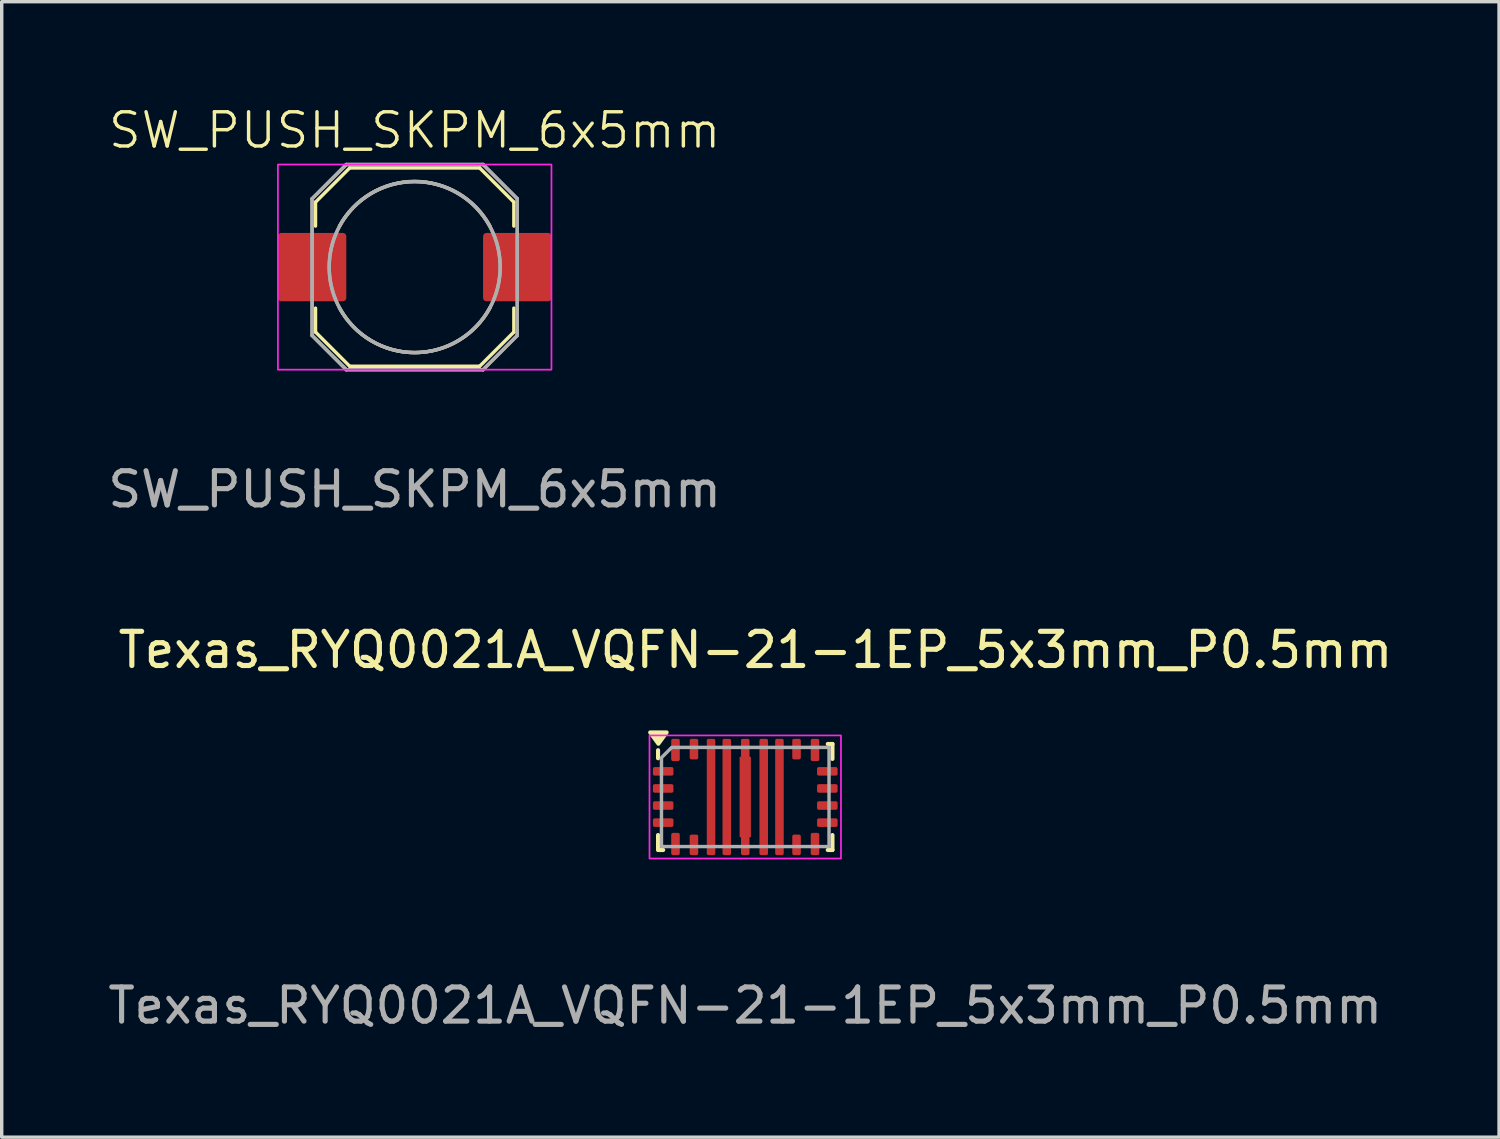
<source format=kicad_pcb>
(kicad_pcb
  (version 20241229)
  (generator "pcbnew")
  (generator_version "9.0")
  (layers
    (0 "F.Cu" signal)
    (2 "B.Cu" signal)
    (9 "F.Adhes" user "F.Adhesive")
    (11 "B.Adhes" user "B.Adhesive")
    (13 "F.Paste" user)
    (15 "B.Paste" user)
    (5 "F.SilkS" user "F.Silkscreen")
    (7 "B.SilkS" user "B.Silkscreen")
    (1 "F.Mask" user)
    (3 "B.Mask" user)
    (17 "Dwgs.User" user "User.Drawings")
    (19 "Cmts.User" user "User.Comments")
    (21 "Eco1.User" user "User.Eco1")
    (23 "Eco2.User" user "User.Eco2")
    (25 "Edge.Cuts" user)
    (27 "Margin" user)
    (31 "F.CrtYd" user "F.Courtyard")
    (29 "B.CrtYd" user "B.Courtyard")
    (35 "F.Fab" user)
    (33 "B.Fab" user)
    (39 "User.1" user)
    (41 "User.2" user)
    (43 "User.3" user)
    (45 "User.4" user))
  (footprint "Texas_RYQ0021A_VQFN-21-1EP_5x3mm_P0.5mm"
    (layer "F.Cu")
    (at 18.744 20.257)
    (property "Reference" "Texas_RYQ0021A_VQFN-21-1EP_5x3mm_P0.5mm" (at 0.3 -4.3 0) (layer "F.SilkS") (effects (font (size 1 1) (thickness 0.15))))
    (attr smd)
    (fp_line (start -2.55 -1.133) (end -2.55 -1.367) (stroke (width 0.12) (type solid)) (layer "F.SilkS"))
    (fp_line (start -2.55 1.55) (end -2.55 1.113) (stroke (width 0.12) (type solid)) (layer "F.SilkS"))
    (fp_line (start -2.4 1.55) (end -2.538 1.55) (stroke (width 0.12) (type solid)) (layer "F.SilkS"))
    (fp_line (start 2.55 -1.55) (end 2.413 -1.55) (stroke (width 0.12) (type solid)) (layer "F.SilkS"))
    (fp_line (start 2.55 -1.55) (end 2.55 -1.113) (stroke (width 0.12) (type solid)) (layer "F.SilkS"))
    (fp_line (start 2.55 1.55) (end 2.413 1.55) (stroke (width 0.12) (type solid)) (layer "F.SilkS"))
    (fp_line (start 2.55 1.55) (end 2.55 1.113) (stroke (width 0.12) (type solid)) (layer "F.SilkS"))
    (fp_poly (pts (xy -2.54 -1.558) (xy -2.78 -1.888) (xy -2.3 -1.888)) (stroke (width 0.12) (type solid)) (fill yes) (layer "F.SilkS"))
    (fp_rect (start -1.1 -1.675) (end -0.9 -0.725) (stroke (width 0.05) (type solid)) (fill yes) (layer "F.Paste"))
    (fp_rect (start -1.1 -0.475) (end -0.9 0.475) (stroke (width 0.05) (type solid)) (fill yes) (layer "F.Paste"))
    (fp_rect (start -1.1 0.725) (end -0.9 1.675) (stroke (width 0.05) (type solid)) (fill yes) (layer "F.Paste"))
    (fp_rect (start -0.64 -1.675) (end -0.44 -0.725) (stroke (width 0.05) (type solid)) (fill yes) (layer "F.Paste"))
    (fp_rect (start -0.64 -0.475) (end -0.44 0.475) (stroke (width 0.05) (type solid)) (fill yes) (layer "F.Paste"))
    (fp_rect (start -0.64 0.725) (end -0.44 1.675) (stroke (width 0.05) (type solid)) (fill yes) (layer "F.Paste"))
    (fp_rect (start -0.14 -0.475) (end 0.14 0.475) (stroke (width 0.05) (type solid)) (fill yes) (layer "F.Paste"))
    (fp_rect (start -0.1 -1.675) (end 0.1 -0.725) (stroke (width 0.05) (type solid)) (fill yes) (layer "F.Paste"))
    (fp_rect (start -0.1 0.725) (end 0.1 1.675) (stroke (width 0.05) (type solid)) (fill yes) (layer "F.Paste"))
    (fp_rect (start 0.44 -1.675) (end 0.64 -0.725) (stroke (width 0.05) (type solid)) (fill yes) (layer "F.Paste"))
    (fp_rect (start 0.44 -0.475) (end 0.64 0.475) (stroke (width 0.05) (type solid)) (fill yes) (layer "F.Paste"))
    (fp_rect (start 0.44 0.725) (end 0.64 1.675) (stroke (width 0.05) (type solid)) (fill yes) (layer "F.Paste"))
    (fp_rect (start 0.9 -1.675) (end 1.1 -0.725) (stroke (width 0.05) (type solid)) (fill yes) (layer "F.Paste"))
    (fp_rect (start 0.9 -0.475) (end 1.1 0.475) (stroke (width 0.05) (type solid)) (fill yes) (layer "F.Paste"))
    (fp_rect (start 0.9 0.725) (end 1.1 1.675) (stroke (width 0.05) (type solid)) (fill yes) (layer "F.Paste"))
    (fp_rect (start -2.8 -1.8) (end 2.8 1.8) (stroke (width 0.05) (type default)) (fill no) (layer "F.CrtYd"))
    (fp_poly (pts (xy -2.45 -1.15) (xy -2.45 1.45) (xy 2.45 1.45) (xy 2.45 -1.45) (xy -2.15 -1.45)) (stroke (width 0.1) (type solid)) (fill no) (layer "F.Fab"))
    (fp_text user "${REFERENCE}" (at 0 6.1 0) (layer "F.Fab") (effects (font (size 1 1) (thickness 0.15))))
    (pad "1" smd roundrect (at -2.4 -0.75) (size 0.6 0.25) (layers "F.Cu" "F.Mask" "F.Paste") (roundrect_rratio 0.2))
    (pad "2" smd roundrect (at -2.4 -0.25) (size 0.6 0.25) (layers "F.Cu" "F.Mask" "F.Paste") (roundrect_rratio 0.2))
    (pad "3" smd roundrect (at -2.4 0.25) (size 0.6 0.25) (layers "F.Cu" "F.Mask" "F.Paste") (roundrect_rratio 0.2))
    (pad "4" smd roundrect (at -2.4 0.75) (size 0.6 0.25) (layers "F.Cu" "F.Mask" "F.Paste") (roundrect_rratio 0.2))
    (pad "5" smd roundrect (at -2.04 1.375) (size 0.25 0.65) (layers "F.Cu" "F.Mask" "F.Paste") (roundrect_rratio 0.2))
    (pad "6" smd roundrect (at -1.5 1.4) (size 0.25 0.6) (layers "F.Cu" "F.Mask" "F.Paste") (roundrect_rratio 0.2))
    (pad "7" smd roundrect (at -1 0) (size 0.25 3.4) (layers "F.Cu" "F.Mask") (roundrect_rratio 0.2))
    (pad "8" smd roundrect (at -0.54 0) (size 0.25 3.4) (layers "F.Cu" "F.Mask") (roundrect_rratio 0.2))
    (pad "9" smd custom (at 0 0) (size 0.25 0.25) (layers "F.Cu" "F.Mask") (options (anchor circle)) (primitives (gr_poly (pts (xy -0.125 -1.65) (xy -0.121 -1.669) (xy -0.11 -1.685) (xy -0.094 -1.696) (xy -0.075 -1.7) (xy 0.075 -1.7) (xy 0.094 -1.696) (xy 0.11 -1.685) (xy 0.121 -1.669) (xy 0.125 -1.65) (xy 0.125 1.65) (xy 0.121 1.669) (xy 0.11 1.685) (xy 0.094 1.696) (xy 0.075 1.7) (xy -0.075 1.7) (xy -0.094 1.696) (xy -0.11 1.685) (xy -0.121 1.669) (xy -0.125 1.65)) (width 0) (fill yes)) (gr_poly (pts (xy 0.165 -1.175) (xy -0.165 -1.175) (xy -0.165 1.175) (xy 0.165 1.175)) (width 0) (fill yes))))
    (pad "10" smd roundrect (at 0.54 0) (size 0.25 3.4) (layers "F.Cu" "F.Mask") (roundrect_rratio 0.2))
    (pad "11" smd roundrect (at 1 0) (size 0.25 3.4) (layers "F.Cu" "F.Mask") (roundrect_rratio 0.2))
    (pad "12" smd roundrect (at 1.5 1.4) (size 0.25 0.6) (layers "F.Cu" "F.Mask" "F.Paste") (roundrect_rratio 0.2))
    (pad "13" smd roundrect (at 2.04 1.375) (size 0.25 0.65) (layers "F.Cu" "F.Mask" "F.Paste") (roundrect_rratio 0.2))
    (pad "14" smd roundrect (at 2.4 0.75) (size 0.6 0.25) (layers "F.Cu" "F.Mask" "F.Paste") (roundrect_rratio 0.2))
    (pad "15" smd roundrect (at 2.4 0.25) (size 0.6 0.25) (layers "F.Cu" "F.Mask" "F.Paste") (roundrect_rratio 0.2))
    (pad "16" smd roundrect (at 2.4 -0.25) (size 0.6 0.25) (layers "F.Cu" "F.Mask" "F.Paste") (roundrect_rratio 0.2))
    (pad "17" smd roundrect (at 2.4 -0.75) (size 0.6 0.25) (layers "F.Cu" "F.Mask" "F.Paste") (roundrect_rratio 0.2))
    (pad "18" smd roundrect (at 2.04 -1.375) (size 0.25 0.65) (layers "F.Cu" "F.Mask" "F.Paste") (roundrect_rratio 0.2))
    (pad "19" smd roundrect (at 1.5 -1.4) (size 0.25 0.6) (layers "F.Cu" "F.Mask" "F.Paste") (roundrect_rratio 0.2))
    (pad "20" smd roundrect (at -1.5 -1.4) (size 0.25 0.6) (layers "F.Cu" "F.Mask" "F.Paste") (roundrect_rratio 0.2))
    (pad "21" smd roundrect (at -2.04 -1.375) (size 0.25 0.65) (layers "F.Cu" "F.Mask" "F.Paste") (roundrect_rratio 0.2)))
  (footprint "SW_PUSH_SKPM_6x5mm"
    (layer "F.Cu")
    (at 9.077 4.761)
    (property "Reference" "SW_PUSH_SKPM_6x5mm" (at 0 -4 0) (unlocked yes) (layer "F.SilkS") (effects (font (size 1 1) (thickness 0.1))))
    (attr smd)
    (fp_line (start -2.9 -1.9) (end -2.9 -1.2) (stroke (width 0.1) (type default)) (layer "F.SilkS"))
    (fp_line (start -2.9 1.2) (end -2.9 1.9) (stroke (width 0.1) (type default)) (layer "F.SilkS"))
    (fp_line (start -2.9 1.9) (end -1.9 2.9) (stroke (width 0.1) (type default)) (layer "F.SilkS"))
    (fp_line (start -1.9 -2.9) (end -2.9 -1.9) (stroke (width 0.1) (type default)) (layer "F.SilkS"))
    (fp_line (start -1.9 -2.9) (end 1.9 -2.9) (stroke (width 0.1) (type default)) (layer "F.SilkS"))
    (fp_line (start -1.9 2.9) (end 1.9 2.9) (stroke (width 0.1) (type default)) (layer "F.SilkS"))
    (fp_line (start 1.9 -2.9) (end 2.9 -1.9) (stroke (width 0.1) (type default)) (layer "F.SilkS"))
    (fp_line (start 2.9 -1.9) (end 2.9 -1.2) (stroke (width 0.1) (type default)) (layer "F.SilkS"))
    (fp_line (start 2.9 1.9) (end 1.9 2.9) (stroke (width 0.1) (type default)) (layer "F.SilkS"))
    (fp_line (start 2.9 1.9) (end 2.9 1.2) (stroke (width 0.1) (type default)) (layer "F.SilkS"))
    (fp_arc (start -2.2 -1.2) (mid 0 -2.505993) (end 2.2 -1.2) (stroke (width 0.1) (type default)) (layer "F.SilkS"))
    (fp_arc (start 2.2 1.194007) (mid 0 2.5) (end -2.2 1.194007) (stroke (width 0.1) (type default)) (layer "F.SilkS"))
    (fp_rect (start -4 -3) (end 4 3) (stroke (width 0.05) (type default)) (fill no) (layer "F.CrtYd"))
    (fp_line (start -3 -2) (end -2 -3) (stroke (width 0.1) (type default)) (layer "F.Fab"))
    (fp_line (start -3 -2) (end -2 -3) (stroke (width 0.1) (type default)) (layer "F.Fab"))
    (fp_line (start -3 2) (end -3 -2) (stroke (width 0.1) (type default)) (layer "F.Fab"))
    (fp_line (start -3 2) (end -3 -2) (stroke (width 0.1) (type default)) (layer "F.Fab"))
    (fp_line (start -2 -3) (end 2 -3) (stroke (width 0.1) (type default)) (layer "F.Fab"))
    (fp_line (start -2 -3) (end 2 -3) (stroke (width 0.1) (type default)) (layer "F.Fab"))
    (fp_line (start -2 3) (end -3 2) (stroke (width 0.1) (type default)) (layer "F.Fab"))
    (fp_line (start -2 3) (end -3 2) (stroke (width 0.1) (type default)) (layer "F.Fab"))
    (fp_line (start 2 -3) (end 3 -2) (stroke (width 0.1) (type default)) (layer "F.Fab"))
    (fp_line (start 2 -3) (end 3 -2) (stroke (width 0.1) (type default)) (layer "F.Fab"))
    (fp_line (start 2 3) (end -2 3) (stroke (width 0.1) (type default)) (layer "F.Fab"))
    (fp_line (start 2 3) (end -2 3) (stroke (width 0.1) (type default)) (layer "F.Fab"))
    (fp_line (start 3 -2) (end 3 2) (stroke (width 0.1) (type default)) (layer "F.Fab"))
    (fp_line (start 3 -2) (end 3 2) (stroke (width 0.1) (type default)) (layer "F.Fab"))
    (fp_line (start 3 2) (end 2 3) (stroke (width 0.1) (type default)) (layer "F.Fab"))
    (fp_line (start 3 2) (end 2 3) (stroke (width 0.1) (type default)) (layer "F.Fab"))
    (fp_circle (center 0 0) (end 0 -2.5) (stroke (width 0.1) (type default)) (fill no) (layer "F.Fab"))
    (fp_circle (center 0 0) (end 0 -2.5) (stroke (width 0.1) (type default)) (fill no) (layer "F.Fab"))
    (fp_text user "${REFERENCE}" (at 0 6.5 0) (unlocked yes) (layer "F.Fab") (effects (font (size 1 1) (thickness 0.15))))
    (pad "1" smd roundrect (at -3 0) (size 2 2) (layers "F.Cu" "F.Mask" "F.Paste") (roundrect_rratio 0.05))
    (pad "2" smd roundrect (at 3 0) (size 2 2) (layers "F.Cu" "F.Mask" "F.Paste") (roundrect_rratio 0.05)))
  (gr_rect
    (start -3 -3)
    (end 40.788 30.205)
    (stroke (width 0.1) (type default))
    (fill no)
    (layer "Edge.Cuts")))
</source>
